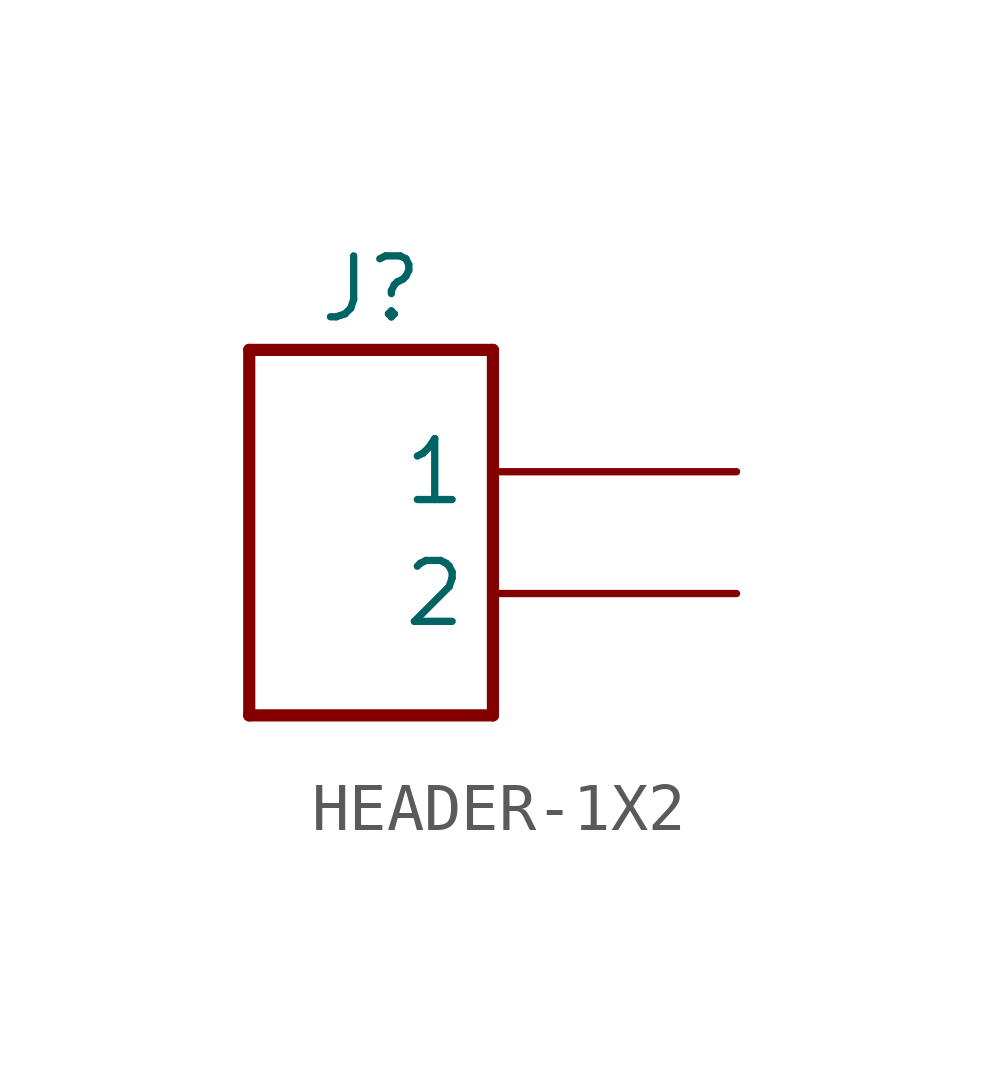
<source format=kicad_sym>
(kicad_symbol_lib
  (version 20220914)
  (generator kicad_symbol_editor)
  (symbol "HEADER-1X2"
    (pin_numbers hide)
    (property "Reference" "J"
      (at 0 6.35 0)
      (effects (font (size 1.27 1.27))))
    (symbol "HEADER-1X2_1_0"
      (polyline (pts (xy -2.54 -2.54) (xy -2.54 5.08)) (stroke (width 0.254) (type solid)) (fill (type none)))
      (polyline (pts (xy -2.54 5.08) (xy 2.54 5.08)) (stroke (width 0.254) (type solid)) (fill (type none)))
      (polyline (pts (xy 2.54 -2.54) (xy -2.54 -2.54)) (stroke (width 0.254) (type solid)) (fill (type none)))
      (polyline (pts (xy 2.54 5.08) (xy 2.54 -2.54)) (stroke (width 0.254) (type solid)) (fill (type none)))
      (pin bidirectional line (at 7.62 2.54 180) (length 5.08) (name "1" (effects (font (size 1.27 1.27)))) (number "1" (effects (font (size 1.27 1.27)))))
      (pin bidirectional line (at 7.62 0 180) (length 5.08) (name "2" (effects (font (size 1.27 1.27)))) (number "2" (effects (font (size 1.27 1.27))))))))
</source>
